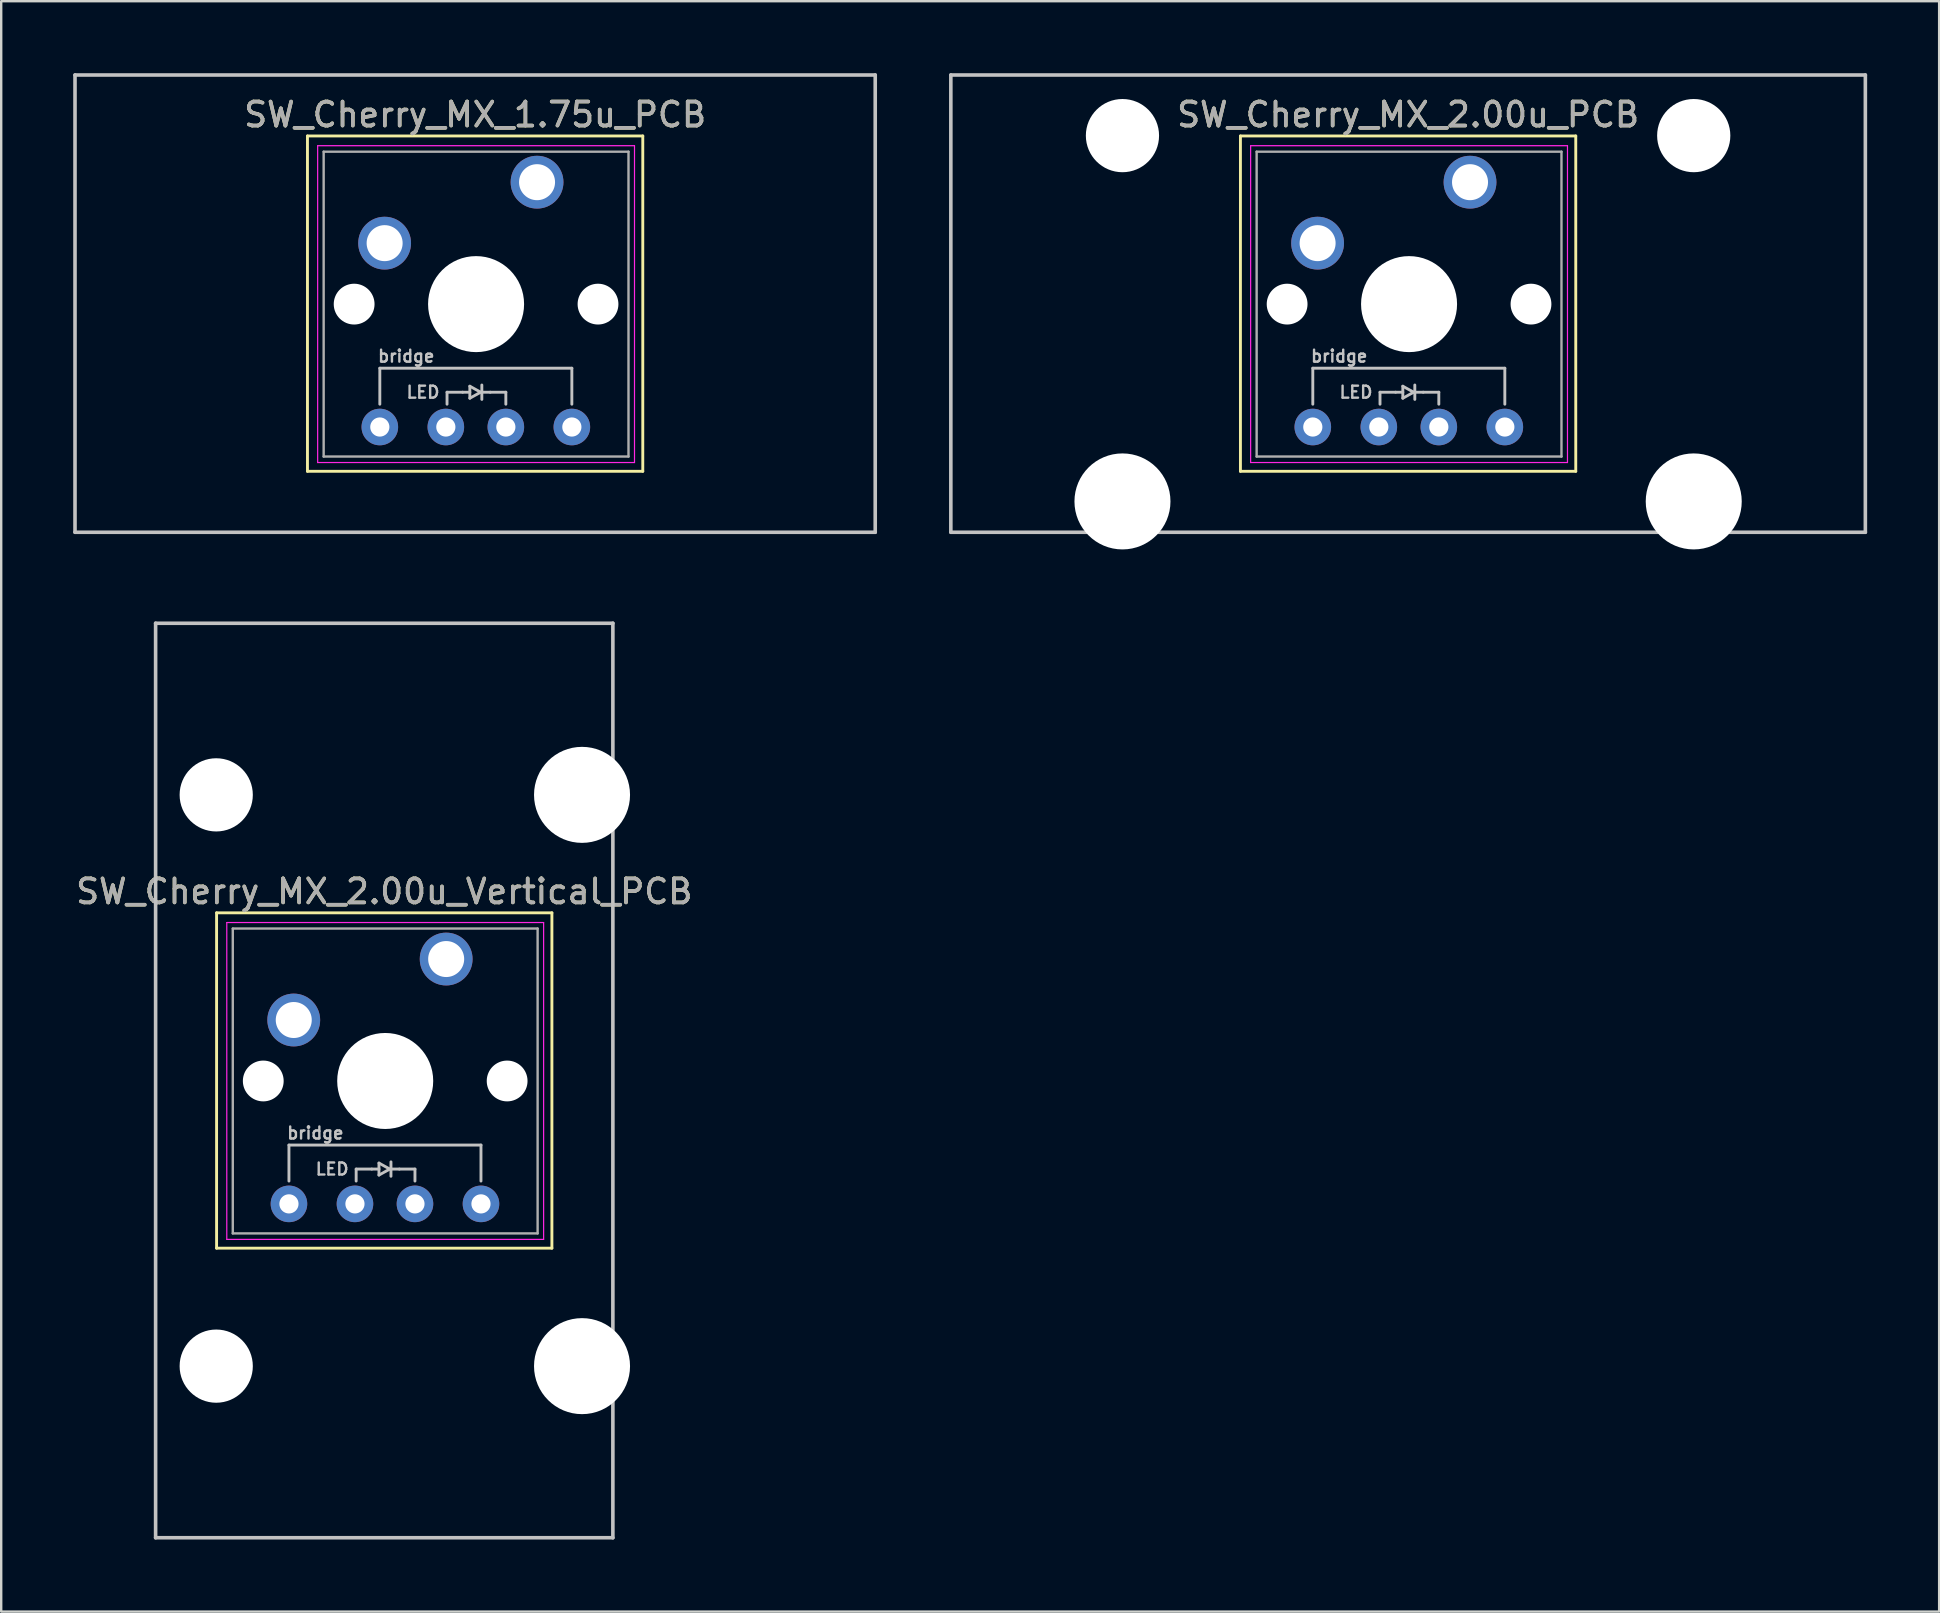
<source format=kicad_pcb>
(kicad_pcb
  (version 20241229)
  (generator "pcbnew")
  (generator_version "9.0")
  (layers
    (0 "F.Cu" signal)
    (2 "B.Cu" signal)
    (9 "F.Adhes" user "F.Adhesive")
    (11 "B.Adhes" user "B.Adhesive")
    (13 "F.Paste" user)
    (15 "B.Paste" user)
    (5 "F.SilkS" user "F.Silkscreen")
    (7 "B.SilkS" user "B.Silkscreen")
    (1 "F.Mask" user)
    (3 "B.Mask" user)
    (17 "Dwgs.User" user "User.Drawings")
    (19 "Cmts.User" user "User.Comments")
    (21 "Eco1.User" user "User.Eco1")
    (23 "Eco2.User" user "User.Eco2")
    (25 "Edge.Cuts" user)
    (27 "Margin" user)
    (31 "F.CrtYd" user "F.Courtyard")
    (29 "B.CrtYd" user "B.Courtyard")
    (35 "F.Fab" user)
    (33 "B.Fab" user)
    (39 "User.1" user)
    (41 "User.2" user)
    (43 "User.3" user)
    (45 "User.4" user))
  (footprint "SW_Cherry_MX_2.00u_PCB"
    (layer "F.Cu")
    (at 58.153 4.52)
    (property "Reference" "SW_Cherry_MX_2.00u_PCB" (at -2.54 -2.794 0) (layer "F.SilkS") (effects (font (size 1 1) (thickness 0.15))))
    (fp_line (start -9.525 -1.905) (end 4.445 -1.905) (stroke (width 0.12) (type solid)) (layer "F.SilkS"))
    (fp_line (start -9.525 12.065) (end -9.525 -1.905) (stroke (width 0.12) (type solid)) (layer "F.SilkS"))
    (fp_line (start 4.445 -1.905) (end 4.445 12.065) (stroke (width 0.12) (type solid)) (layer "F.SilkS"))
    (fp_line (start 4.445 12.065) (end -9.525 12.065) (stroke (width 0.12) (type solid)) (layer "F.SilkS"))
    (fp_line (start -21.59 -4.445) (end 16.51 -4.445) (stroke (width 0.15) (type solid)) (layer "Dwgs.User"))
    (fp_line (start -21.59 14.605) (end -21.59 -4.445) (stroke (width 0.15) (type solid)) (layer "Dwgs.User"))
    (fp_line (start -6.51 7.77) (end 1.49 7.77) (stroke (width 0.12) (type solid)) (layer "Dwgs.User"))
    (fp_line (start -6.51 9.27) (end -6.51 7.77) (stroke (width 0.12) (type solid)) (layer "Dwgs.User"))
    (fp_line (start -3.71 8.77) (end -3.71 9.27) (stroke (width 0.12) (type solid)) (layer "Dwgs.User"))
    (fp_line (start -3.06 8.77) (end -3.71 8.77) (stroke (width 0.12) (type solid)) (layer "Dwgs.User"))
    (fp_line (start -3.06 8.77) (end -2.76 8.77) (stroke (width 0.12) (type solid)) (layer "Dwgs.User"))
    (fp_line (start -2.76 8.52) (end -2.76 9.02) (stroke (width 0.12) (type solid)) (layer "Dwgs.User"))
    (fp_line (start -2.76 9.02) (end -2.31 8.77) (stroke (width 0.12) (type solid)) (layer "Dwgs.User"))
    (fp_line (start -2.31 8.77) (end -2.76 8.52) (stroke (width 0.12) (type solid)) (layer "Dwgs.User"))
    (fp_line (start -2.26 8.47) (end -2.26 9.07) (stroke (width 0.12) (type solid)) (layer "Dwgs.User"))
    (fp_line (start -2.26 8.77) (end -1.91 8.77) (stroke (width 0.12) (type solid)) (layer "Dwgs.User"))
    (fp_line (start -1.91 8.77) (end -1.26 8.77) (stroke (width 0.12) (type solid)) (layer "Dwgs.User"))
    (fp_line (start -1.26 8.77) (end -1.26 9.27) (stroke (width 0.12) (type solid)) (layer "Dwgs.User"))
    (fp_line (start 1.49 7.77) (end 1.49 9.27) (stroke (width 0.12) (type solid)) (layer "Dwgs.User"))
    (fp_line (start 16.51 -4.445) (end 16.51 14.605) (stroke (width 0.15) (type solid)) (layer "Dwgs.User"))
    (fp_line (start 16.51 14.605) (end -21.59 14.605) (stroke (width 0.15) (type solid)) (layer "Dwgs.User"))
    (fp_line (start -9.1 -1.5) (end 4.1 -1.5) (stroke (width 0.05) (type solid)) (layer "F.CrtYd"))
    (fp_line (start -9.1 11.7) (end -9.1 -1.5) (stroke (width 0.05) (type solid)) (layer "F.CrtYd"))
    (fp_line (start 4.1 -1.5) (end 4.1 11.7) (stroke (width 0.05) (type solid)) (layer "F.CrtYd"))
    (fp_line (start 4.1 11.7) (end -9.1 11.7) (stroke (width 0.05) (type solid)) (layer "F.CrtYd"))
    (fp_line (start -8.85 -1.25) (end 3.85 -1.25) (stroke (width 0.1) (type solid)) (layer "F.Fab"))
    (fp_line (start -8.85 11.45) (end -8.85 -1.25) (stroke (width 0.1) (type solid)) (layer "F.Fab"))
    (fp_line (start 3.85 -1.25) (end 3.85 11.45) (stroke (width 0.1) (type solid)) (layer "F.Fab"))
    (fp_line (start 3.85 11.45) (end -8.85 11.45) (stroke (width 0.1) (type solid)) (layer "F.Fab"))
    (fp_text user "LED" (at -4.71 8.77 0) (unlocked yes) (layer "Dwgs.User") (effects (font (size 0.5 0.5) (thickness 0.1))))
    (fp_text user "bridge" (at -5.41 7.27 0) (unlocked yes) (layer "Dwgs.User") (effects (font (size 0.5 0.5) (thickness 0.1))))
    (fp_text user "${REFERENCE}" (at -2.54 -2.794 0) (layer "F.Fab") (effects (font (size 1 1) (thickness 0.15))))
    (pad "" np_thru_hole circle (at -14.44 -1.92) (size 3.05 3.05) (drill 3.05) (layers "*.Cu" "*.Mask"))
    (pad "" np_thru_hole circle (at -14.44 13.32) (size 4 4) (drill 4) (layers "*.Cu" "*.Mask"))
    (pad "" np_thru_hole circle (at -7.58 5.1) (size 1.7 1.7) (drill 1.7) (layers "*.Cu" "*.Mask"))
    (pad "" np_thru_hole circle (at -2.5 5.1) (size 4 4) (drill 4) (layers "*.Cu" "*.Mask"))
    (pad "" np_thru_hole circle (at 2.58 5.1) (size 1.7 1.7) (drill 1.7) (layers "*.Cu" "*.Mask"))
    (pad "" np_thru_hole circle (at 9.36 -1.92) (size 3.05 3.05) (drill 3.05) (layers "*.Cu" "*.Mask"))
    (pad "" np_thru_hole circle (at 9.36 13.32) (size 4 4) (drill 4) (layers "*.Cu" "*.Mask"))
    (pad "1" thru_hole circle (at 0.04 0.02) (size 2.2 2.2) (drill 1.5) (layers "*.Cu" "*.Mask"))
    (pad "2" thru_hole circle (at -6.31 2.56) (size 2.2 2.2) (drill 1.5) (layers "*.Cu" "*.Mask"))
    (pad "3" thru_hole circle (at -6.51 10.22) (size 1.524 1.524) (drill 0.8) (layers "*.Cu" "*.Mask"))
    (pad "4" thru_hole circle (at -3.76 10.22) (size 1.524 1.524) (drill 0.8) (layers "*.Cu" "*.Mask"))
    (pad "5" thru_hole circle (at -1.26 10.22) (size 1.524 1.524) (drill 0.8) (layers "*.Cu" "*.Mask"))
    (pad "6" thru_hole circle (at 1.49 10.22) (size 1.524 1.524) (drill 0.8) (layers "*.Cu" "*.Mask")))
  (footprint "SW_Cherry_MX_1.75u_PCB"
    (layer "F.Cu")
    (at 19.284 4.52)
    (property "Reference" "SW_Cherry_MX_1.75u_PCB" (at -2.54 -2.794 0) (layer "F.SilkS") (effects (font (size 1 1) (thickness 0.15))))
    (fp_line (start -9.525 -1.905) (end 4.445 -1.905) (stroke (width 0.12) (type solid)) (layer "F.SilkS"))
    (fp_line (start -9.525 12.065) (end -9.525 -1.905) (stroke (width 0.12) (type solid)) (layer "F.SilkS"))
    (fp_line (start 4.445 -1.905) (end 4.445 12.065) (stroke (width 0.12) (type solid)) (layer "F.SilkS"))
    (fp_line (start 4.445 12.065) (end -9.525 12.065) (stroke (width 0.12) (type solid)) (layer "F.SilkS"))
    (fp_line (start -19.209 -4.445) (end 14.129 -4.445) (stroke (width 0.15) (type solid)) (layer "Dwgs.User"))
    (fp_line (start -19.209 14.605) (end -19.209 -4.445) (stroke (width 0.15) (type solid)) (layer "Dwgs.User"))
    (fp_line (start -6.51 7.77) (end 1.49 7.77) (stroke (width 0.12) (type solid)) (layer "Dwgs.User"))
    (fp_line (start -6.51 9.27) (end -6.51 7.77) (stroke (width 0.12) (type solid)) (layer "Dwgs.User"))
    (fp_line (start -3.71 8.77) (end -3.71 9.27) (stroke (width 0.12) (type solid)) (layer "Dwgs.User"))
    (fp_line (start -3.06 8.77) (end -3.71 8.77) (stroke (width 0.12) (type solid)) (layer "Dwgs.User"))
    (fp_line (start -3.06 8.77) (end -2.76 8.77) (stroke (width 0.12) (type solid)) (layer "Dwgs.User"))
    (fp_line (start -2.76 8.52) (end -2.76 9.02) (stroke (width 0.12) (type solid)) (layer "Dwgs.User"))
    (fp_line (start -2.76 9.02) (end -2.31 8.77) (stroke (width 0.12) (type solid)) (layer "Dwgs.User"))
    (fp_line (start -2.31 8.77) (end -2.76 8.52) (stroke (width 0.12) (type solid)) (layer "Dwgs.User"))
    (fp_line (start -2.26 8.47) (end -2.26 9.07) (stroke (width 0.12) (type solid)) (layer "Dwgs.User"))
    (fp_line (start -2.26 8.77) (end -1.91 8.77) (stroke (width 0.12) (type solid)) (layer "Dwgs.User"))
    (fp_line (start -1.91 8.77) (end -1.26 8.77) (stroke (width 0.12) (type solid)) (layer "Dwgs.User"))
    (fp_line (start -1.26 8.77) (end -1.26 9.27) (stroke (width 0.12) (type solid)) (layer "Dwgs.User"))
    (fp_line (start 1.49 7.77) (end 1.49 9.27) (stroke (width 0.12) (type solid)) (layer "Dwgs.User"))
    (fp_line (start 14.129 -4.445) (end 14.129 14.605) (stroke (width 0.15) (type solid)) (layer "Dwgs.User"))
    (fp_line (start 14.129 14.605) (end -19.209 14.605) (stroke (width 0.15) (type solid)) (layer "Dwgs.User"))
    (fp_line (start -9.1 -1.5) (end 4.1 -1.5) (stroke (width 0.05) (type solid)) (layer "F.CrtYd"))
    (fp_line (start -9.1 11.7) (end -9.1 -1.5) (stroke (width 0.05) (type solid)) (layer "F.CrtYd"))
    (fp_line (start 4.1 -1.5) (end 4.1 11.7) (stroke (width 0.05) (type solid)) (layer "F.CrtYd"))
    (fp_line (start 4.1 11.7) (end -9.1 11.7) (stroke (width 0.05) (type solid)) (layer "F.CrtYd"))
    (fp_line (start -8.85 -1.25) (end 3.85 -1.25) (stroke (width 0.1) (type solid)) (layer "F.Fab"))
    (fp_line (start -8.85 11.45) (end -8.85 -1.25) (stroke (width 0.1) (type solid)) (layer "F.Fab"))
    (fp_line (start 3.85 -1.25) (end 3.85 11.45) (stroke (width 0.1) (type solid)) (layer "F.Fab"))
    (fp_line (start 3.85 11.45) (end -8.85 11.45) (stroke (width 0.1) (type solid)) (layer "F.Fab"))
    (fp_text user "bridge" (at -5.41 7.27 0) (unlocked yes) (layer "Dwgs.User") (effects (font (size 0.5 0.5) (thickness 0.1))))
    (fp_text user "LED" (at -4.71 8.77 0) (unlocked yes) (layer "Dwgs.User") (effects (font (size 0.5 0.5) (thickness 0.1))))
    (fp_text user "${REFERENCE}" (at -2.54 -2.794 0) (layer "F.Fab") (effects (font (size 1 1) (thickness 0.15))))
    (pad "" np_thru_hole circle (at -7.58 5.1) (size 1.7 1.7) (drill 1.7) (layers "*.Cu" "*.Mask"))
    (pad "" np_thru_hole circle (at -2.5 5.1) (size 4 4) (drill 4) (layers "*.Cu" "*.Mask"))
    (pad "" np_thru_hole circle (at 2.58 5.1) (size 1.7 1.7) (drill 1.7) (layers "*.Cu" "*.Mask"))
    (pad "1" thru_hole circle (at 0.04 0.02) (size 2.2 2.2) (drill 1.5) (layers "*.Cu" "*.Mask"))
    (pad "2" thru_hole circle (at -6.31 2.56) (size 2.2 2.2) (drill 1.5) (layers "*.Cu" "*.Mask"))
    (pad "3" thru_hole circle (at -6.51 10.22) (size 1.524 1.524) (drill 0.8) (layers "*.Cu" "*.Mask"))
    (pad "4" thru_hole circle (at -3.76 10.22) (size 1.524 1.524) (drill 0.8) (layers "*.Cu" "*.Mask"))
    (pad "5" thru_hole circle (at -1.26 10.22) (size 1.524 1.524) (drill 0.8) (layers "*.Cu" "*.Mask"))
    (pad "6" thru_hole circle (at 1.49 10.22) (size 1.524 1.524) (drill 0.8) (layers "*.Cu" "*.Mask")))
  (footprint "SW_Cherry_MX_2.00u_Vertical_PCB"
    (layer "F.Cu")
    (at 15.498 36.885)
    (property "Reference" "SW_Cherry_MX_2.00u_Vertical_PCB" (at -2.54 -2.794 0) (layer "F.SilkS") (effects (font (size 1 1) (thickness 0.15))))
    (fp_line (start -9.525 -1.905) (end 4.445 -1.905) (stroke (width 0.12) (type solid)) (layer "F.SilkS"))
    (fp_line (start -9.525 12.065) (end -9.525 -1.905) (stroke (width 0.12) (type solid)) (layer "F.SilkS"))
    (fp_line (start 4.445 -1.905) (end 4.445 12.065) (stroke (width 0.12) (type solid)) (layer "F.SilkS"))
    (fp_line (start 4.445 12.065) (end -9.525 12.065) (stroke (width 0.12) (type solid)) (layer "F.SilkS"))
    (fp_line (start -12.065 -13.97) (end 6.985 -13.97) (stroke (width 0.15) (type solid)) (layer "Dwgs.User"))
    (fp_line (start -12.065 24.13) (end -12.065 -13.97) (stroke (width 0.15) (type solid)) (layer "Dwgs.User"))
    (fp_line (start -6.51 7.77) (end 1.49 7.77) (stroke (width 0.12) (type solid)) (layer "Dwgs.User"))
    (fp_line (start -6.51 9.27) (end -6.51 7.77) (stroke (width 0.12) (type solid)) (layer "Dwgs.User"))
    (fp_line (start -3.71 8.77) (end -3.71 9.27) (stroke (width 0.12) (type solid)) (layer "Dwgs.User"))
    (fp_line (start -3.06 8.77) (end -3.71 8.77) (stroke (width 0.12) (type solid)) (layer "Dwgs.User"))
    (fp_line (start -3.06 8.77) (end -2.76 8.77) (stroke (width 0.12) (type solid)) (layer "Dwgs.User"))
    (fp_line (start -2.76 8.52) (end -2.76 9.02) (stroke (width 0.12) (type solid)) (layer "Dwgs.User"))
    (fp_line (start -2.76 9.02) (end -2.31 8.77) (stroke (width 0.12) (type solid)) (layer "Dwgs.User"))
    (fp_line (start -2.31 8.77) (end -2.76 8.52) (stroke (width 0.12) (type solid)) (layer "Dwgs.User"))
    (fp_line (start -2.26 8.47) (end -2.26 9.07) (stroke (width 0.12) (type solid)) (layer "Dwgs.User"))
    (fp_line (start -2.26 8.77) (end -1.91 8.77) (stroke (width 0.12) (type solid)) (layer "Dwgs.User"))
    (fp_line (start -1.91 8.77) (end -1.26 8.77) (stroke (width 0.12) (type solid)) (layer "Dwgs.User"))
    (fp_line (start -1.26 8.77) (end -1.26 9.27) (stroke (width 0.12) (type solid)) (layer "Dwgs.User"))
    (fp_line (start 1.49 7.77) (end 1.49 9.27) (stroke (width 0.12) (type solid)) (layer "Dwgs.User"))
    (fp_line (start 6.985 -13.97) (end 6.985 24.13) (stroke (width 0.15) (type solid)) (layer "Dwgs.User"))
    (fp_line (start 6.985 24.13) (end -12.065 24.13) (stroke (width 0.15) (type solid)) (layer "Dwgs.User"))
    (fp_line (start -9.1 -1.5) (end 4.1 -1.5) (stroke (width 0.05) (type solid)) (layer "F.CrtYd"))
    (fp_line (start -9.1 11.7) (end -9.1 -1.5) (stroke (width 0.05) (type solid)) (layer "F.CrtYd"))
    (fp_line (start 4.1 -1.5) (end 4.1 11.7) (stroke (width 0.05) (type solid)) (layer "F.CrtYd"))
    (fp_line (start 4.1 11.7) (end -9.1 11.7) (stroke (width 0.05) (type solid)) (layer "F.CrtYd"))
    (fp_line (start -8.85 -1.25) (end 3.85 -1.25) (stroke (width 0.1) (type solid)) (layer "F.Fab"))
    (fp_line (start -8.85 11.45) (end -8.85 -1.25) (stroke (width 0.1) (type solid)) (layer "F.Fab"))
    (fp_line (start 3.85 -1.25) (end 3.85 11.45) (stroke (width 0.1) (type solid)) (layer "F.Fab"))
    (fp_line (start 3.85 11.45) (end -8.85 11.45) (stroke (width 0.1) (type solid)) (layer "F.Fab"))
    (fp_text user "LED" (at -4.71 8.77 0) (unlocked yes) (layer "Dwgs.User") (effects (font (size 0.5 0.5) (thickness 0.1))))
    (fp_text user "bridge" (at -5.41 7.27 0) (unlocked yes) (layer "Dwgs.User") (effects (font (size 0.5 0.5) (thickness 0.1))))
    (fp_text user "${REFERENCE}" (at -2.54 -2.794 0) (layer "F.Fab") (effects (font (size 1 1) (thickness 0.15))))
    (pad "" np_thru_hole circle (at -9.54 -6.82) (size 3.05 3.05) (drill 3.05) (layers "*.Cu" "*.Mask"))
    (pad "" np_thru_hole circle (at -9.54 16.98) (size 3.05 3.05) (drill 3.05) (layers "*.Cu" "*.Mask"))
    (pad "" np_thru_hole circle (at -7.58 5.1) (size 1.7 1.7) (drill 1.7) (layers "*.Cu" "*.Mask"))
    (pad "" np_thru_hole circle (at -2.5 5.1) (size 4 4) (drill 4) (layers "*.Cu" "*.Mask"))
    (pad "" np_thru_hole circle (at 2.58 5.1) (size 1.7 1.7) (drill 1.7) (layers "*.Cu" "*.Mask"))
    (pad "" np_thru_hole circle (at 5.7 -6.82) (size 4 4) (drill 4) (layers "*.Cu" "*.Mask"))
    (pad "" np_thru_hole circle (at 5.7 16.98) (size 4 4) (drill 4) (layers "*.Cu" "*.Mask"))
    (pad "1" thru_hole circle (at 0.04 0.02) (size 2.2 2.2) (drill 1.5) (layers "*.Cu" "*.Mask"))
    (pad "2" thru_hole circle (at -6.31 2.56) (size 2.2 2.2) (drill 1.5) (layers "*.Cu" "*.Mask"))
    (pad "3" thru_hole circle (at -6.51 10.22) (size 1.524 1.524) (drill 0.8) (layers "*.Cu" "*.Mask"))
    (pad "4" thru_hole circle (at -3.76 10.22) (size 1.524 1.524) (drill 0.8) (layers "*.Cu" "*.Mask"))
    (pad "5" thru_hole circle (at -1.26 10.22) (size 1.524 1.524) (drill 0.8) (layers "*.Cu" "*.Mask"))
    (pad "6" thru_hole circle (at 1.49 10.22) (size 1.524 1.524) (drill 0.8) (layers "*.Cu" "*.Mask")))
  (gr_rect
    (start -3 -3)
    (end 77.737 64.09)
    (stroke (width 0.1) (type default))
    (fill no)
    (layer "Edge.Cuts")))
</source>
